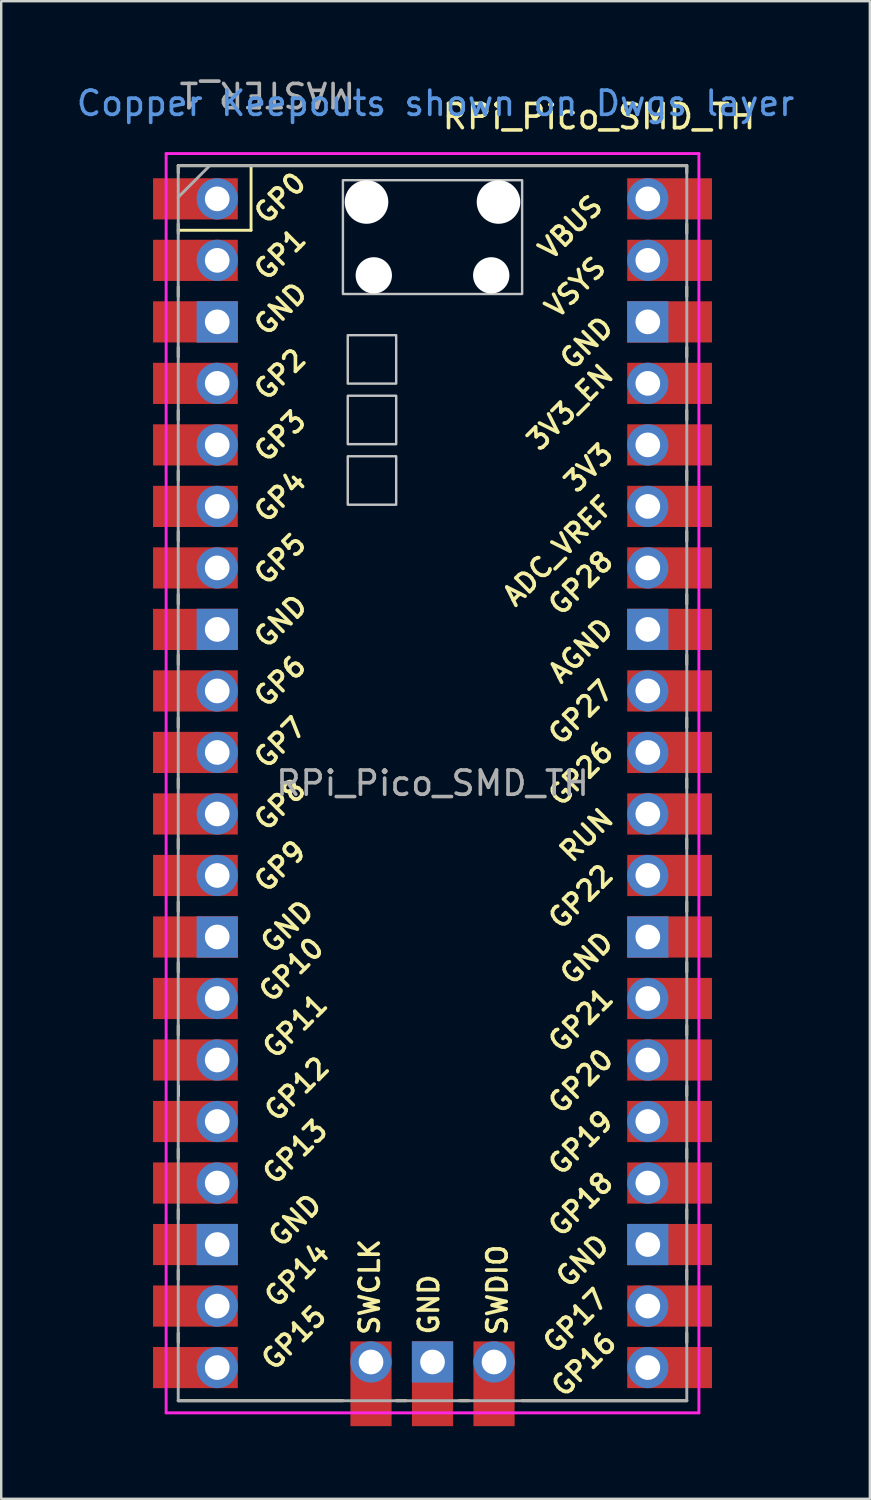
<source format=kicad_pcb>
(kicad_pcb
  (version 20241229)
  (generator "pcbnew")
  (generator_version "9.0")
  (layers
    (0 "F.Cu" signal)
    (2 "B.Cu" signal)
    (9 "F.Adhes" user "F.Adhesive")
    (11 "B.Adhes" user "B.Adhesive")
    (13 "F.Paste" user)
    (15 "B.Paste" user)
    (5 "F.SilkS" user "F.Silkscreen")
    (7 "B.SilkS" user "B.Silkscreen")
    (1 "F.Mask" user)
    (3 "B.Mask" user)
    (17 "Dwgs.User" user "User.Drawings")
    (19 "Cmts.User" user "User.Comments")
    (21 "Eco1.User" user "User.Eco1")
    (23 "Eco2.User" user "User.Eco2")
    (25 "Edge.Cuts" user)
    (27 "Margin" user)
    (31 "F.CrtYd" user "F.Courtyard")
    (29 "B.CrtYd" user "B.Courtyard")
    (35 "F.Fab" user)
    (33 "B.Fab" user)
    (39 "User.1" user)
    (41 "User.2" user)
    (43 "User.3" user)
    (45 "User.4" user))
  (footprint "RPi_Pico_SMD_TH"
    (layer "F.Cu")
    (at 14.835 29.341)
    (property "Reference" "RPi_Pico_SMD_TH" (at 6.85 -27.575 0) (layer "F.SilkS") (effects (font (size 1 1) (thickness 0.15))))
    (fp_line (start -10.525 -25.55) (end -10.525 -25.25) (stroke (width 0.12) (type solid)) (layer "F.SilkS"))
    (fp_line (start -10.525 -25.55) (end 10.475 -25.55) (stroke (width 0.12) (type solid)) (layer "F.SilkS"))
    (fp_line (start -10.525 -23.15) (end -10.525 -22.75) (stroke (width 0.12) (type solid)) (layer "F.SilkS"))
    (fp_line (start -10.525 -22.883) (end -7.518 -22.883) (stroke (width 0.12) (type solid)) (layer "F.SilkS"))
    (fp_line (start -10.525 -20.55) (end -10.525 -20.15) (stroke (width 0.12) (type solid)) (layer "F.SilkS"))
    (fp_line (start -10.525 -18.05) (end -10.525 -17.65) (stroke (width 0.12) (type solid)) (layer "F.SilkS"))
    (fp_line (start -10.525 -15.45) (end -10.525 -15.05) (stroke (width 0.12) (type solid)) (layer "F.SilkS"))
    (fp_line (start -10.525 -12.95) (end -10.525 -12.55) (stroke (width 0.12) (type solid)) (layer "F.SilkS"))
    (fp_line (start -10.525 -10.45) (end -10.525 -10.05) (stroke (width 0.12) (type solid)) (layer "F.SilkS"))
    (fp_line (start -10.525 -7.85) (end -10.525 -7.45) (stroke (width 0.12) (type solid)) (layer "F.SilkS"))
    (fp_line (start -10.525 -5.35) (end -10.525 -4.95) (stroke (width 0.12) (type solid)) (layer "F.SilkS"))
    (fp_line (start -10.525 -2.75) (end -10.525 -2.35) (stroke (width 0.12) (type solid)) (layer "F.SilkS"))
    (fp_line (start -10.525 -0.25) (end -10.525 0.15) (stroke (width 0.12) (type solid)) (layer "F.SilkS"))
    (fp_line (start -10.525 2.25) (end -10.525 2.65) (stroke (width 0.12) (type solid)) (layer "F.SilkS"))
    (fp_line (start -10.525 4.85) (end -10.525 5.25) (stroke (width 0.12) (type solid)) (layer "F.SilkS"))
    (fp_line (start -10.525 7.35) (end -10.525 7.75) (stroke (width 0.12) (type solid)) (layer "F.SilkS"))
    (fp_line (start -10.525 9.95) (end -10.525 10.35) (stroke (width 0.12) (type solid)) (layer "F.SilkS"))
    (fp_line (start -10.525 15.05) (end -10.525 15.45) (stroke (width 0.12) (type solid)) (layer "F.SilkS"))
    (fp_line (start -10.525 17.55) (end -10.525 17.95) (stroke (width 0.12) (type solid)) (layer "F.SilkS"))
    (fp_line (start -10.525 20.05) (end -10.525 20.45) (stroke (width 0.12) (type solid)) (layer "F.SilkS"))
    (fp_line (start -10.525 22.65) (end -10.525 23.05) (stroke (width 0.12) (type solid)) (layer "F.SilkS"))
    (fp_line (start -10.515 12.455) (end -10.515 12.855) (stroke (width 0.12) (type solid)) (layer "F.SilkS"))
    (fp_line (start -7.518 -22.883) (end -7.518 -25.55) (stroke (width 0.12) (type solid)) (layer "F.SilkS"))
    (fp_line (start -3.725 25.45) (end -10.525 25.45) (stroke (width 0.12) (type solid)) (layer "F.SilkS"))
    (fp_line (start -1.525 25.45) (end -1.125 25.45) (stroke (width 0.12) (type solid)) (layer "F.SilkS"))
    (fp_line (start 1.075 25.45) (end 1.475 25.45) (stroke (width 0.12) (type solid)) (layer "F.SilkS"))
    (fp_line (start 10.475 -25.55) (end 10.475 -25.25) (stroke (width 0.12) (type solid)) (layer "F.SilkS"))
    (fp_line (start 10.475 -23.15) (end 10.475 -22.75) (stroke (width 0.12) (type solid)) (layer "F.SilkS"))
    (fp_line (start 10.475 -20.55) (end 10.475 -20.15) (stroke (width 0.12) (type solid)) (layer "F.SilkS"))
    (fp_line (start 10.475 -18.05) (end 10.475 -17.65) (stroke (width 0.12) (type solid)) (layer "F.SilkS"))
    (fp_line (start 10.475 -15.45) (end 10.475 -15.05) (stroke (width 0.12) (type solid)) (layer "F.SilkS"))
    (fp_line (start 10.475 -12.95) (end 10.475 -12.55) (stroke (width 0.12) (type solid)) (layer "F.SilkS"))
    (fp_line (start 10.475 -10.45) (end 10.475 -10.05) (stroke (width 0.12) (type solid)) (layer "F.SilkS"))
    (fp_line (start 10.475 -7.85) (end 10.475 -7.45) (stroke (width 0.12) (type solid)) (layer "F.SilkS"))
    (fp_line (start 10.475 -5.35) (end 10.475 -4.95) (stroke (width 0.12) (type solid)) (layer "F.SilkS"))
    (fp_line (start 10.475 -2.75) (end 10.475 -2.35) (stroke (width 0.12) (type solid)) (layer "F.SilkS"))
    (fp_line (start 10.475 -0.25) (end 10.475 0.15) (stroke (width 0.12) (type solid)) (layer "F.SilkS"))
    (fp_line (start 10.475 2.25) (end 10.475 2.65) (stroke (width 0.12) (type solid)) (layer "F.SilkS"))
    (fp_line (start 10.475 4.85) (end 10.475 5.25) (stroke (width 0.12) (type solid)) (layer "F.SilkS"))
    (fp_line (start 10.475 7.35) (end 10.475 7.75) (stroke (width 0.12) (type solid)) (layer "F.SilkS"))
    (fp_line (start 10.475 9.95) (end 10.475 10.35) (stroke (width 0.12) (type solid)) (layer "F.SilkS"))
    (fp_line (start 10.475 12.45) (end 10.475 12.85) (stroke (width 0.12) (type solid)) (layer "F.SilkS"))
    (fp_line (start 10.475 15.05) (end 10.475 15.45) (stroke (width 0.12) (type solid)) (layer "F.SilkS"))
    (fp_line (start 10.475 17.55) (end 10.475 17.95) (stroke (width 0.12) (type solid)) (layer "F.SilkS"))
    (fp_line (start 10.475 20.05) (end 10.475 20.45) (stroke (width 0.12) (type solid)) (layer "F.SilkS"))
    (fp_line (start 10.475 22.65) (end 10.475 23.05) (stroke (width 0.12) (type solid)) (layer "F.SilkS"))
    (fp_line (start 10.475 25.45) (end 3.675 25.45) (stroke (width 0.12) (type solid)) (layer "F.SilkS"))
    (fp_poly (pts (xy -1.525 -16.55) (xy -3.525 -16.55) (xy -3.525 -18.55) (xy -1.525 -18.55)) (stroke (width 0.1) (type solid)) (fill no) (layer "Dwgs.User"))
    (fp_poly (pts (xy -1.525 -14.05) (xy -3.525 -14.05) (xy -3.525 -16.05) (xy -1.525 -16.05)) (stroke (width 0.1) (type solid)) (fill no) (layer "Dwgs.User"))
    (fp_poly (pts (xy -1.525 -11.55) (xy -3.525 -11.55) (xy -3.525 -13.55) (xy -1.525 -13.55)) (stroke (width 0.1) (type solid)) (fill no) (layer "Dwgs.User"))
    (fp_poly (pts (xy 3.675 -20.25) (xy -3.725 -20.25) (xy -3.725 -24.95) (xy 3.675 -24.95)) (stroke (width 0.1) (type solid)) (fill no) (layer "Dwgs.User"))
    (fp_line (start -11.025 -26.05) (end 10.975 -26.05) (stroke (width 0.12) (type solid)) (layer "F.CrtYd"))
    (fp_line (start -11.025 25.95) (end -11.025 -26.05) (stroke (width 0.12) (type solid)) (layer "F.CrtYd"))
    (fp_line (start 10.975 -26.05) (end 10.975 25.95) (stroke (width 0.12) (type solid)) (layer "F.CrtYd"))
    (fp_line (start 10.975 25.95) (end -11.025 25.95) (stroke (width 0.12) (type solid)) (layer "F.CrtYd"))
    (fp_line (start -10.525 -25.55) (end 10.475 -25.55) (stroke (width 0.12) (type solid)) (layer "F.Fab"))
    (fp_line (start -10.525 -24.25) (end -9.225 -25.55) (stroke (width 0.12) (type solid)) (layer "F.Fab"))
    (fp_line (start -10.525 25.45) (end -10.525 -25.55) (stroke (width 0.12) (type solid)) (layer "F.Fab"))
    (fp_line (start 10.475 -25.55) (end 10.475 25.45) (stroke (width 0.12) (type solid)) (layer "F.Fab"))
    (fp_line (start 10.475 25.45) (end -10.525 25.45) (stroke (width 0.12) (type solid)) (layer "F.Fab"))
    (fp_text user "GP18" (at 6.1 17.335 45) (layer "F.SilkS") (effects (font (size 0.8 0.8) (thickness 0.15))))
    (fp_text user "GP2" (at -6.319 -16.935 45) (layer "F.SilkS") (effects (font (size 0.8 0.8) (thickness 0.15))))
    (fp_text user "GP0" (at -6.319 -24.215 45) (layer "F.SilkS") (effects (font (size 0.8 0.8) (thickness 0.15))))
    (fp_text user "GP19" (at 6.1 14.795 45) (layer "F.SilkS") (effects (font (size 0.8 0.8) (thickness 0.15))))
    (fp_text user "3V3_EN" (at 5.656 -15.57 45) (layer "F.SilkS") (effects (font (size 0.8 0.8) (thickness 0.15))))
    (fp_text user "VBUS" (at 5.675 -23 45) (layer "F.SilkS") (effects (font (size 0.8 0.8) (thickness 0.15))))
    (fp_text user "GND" (at -6.292 -19.635 45) (layer "F.SilkS") (effects (font (size 0.8 0.8) (thickness 0.15))))
    (fp_text user "GP26" (at 6.1 -0.445 45) (layer "F.SilkS") (effects (font (size 0.8 0.8) (thickness 0.15))))
    (fp_text user "GND" (at 6.342 7.175 45) (layer "F.SilkS") (effects (font (size 0.8 0.8) (thickness 0.15))))
    (fp_text user "GP22" (at 6.1 4.635 45) (layer "F.SilkS") (effects (font (size 0.8 0.8) (thickness 0.15))))
    (fp_text user "GP9" (at -6.319 3.38 45) (layer "F.SilkS") (effects (font (size 0.8 0.8) (thickness 0.15))))
    (fp_text user "GND" (at -5.7 18 45) (layer "F.SilkS") (effects (font (size 0.8 0.8) (thickness 0.15))))
    (fp_text user "SWCLK" (at -2.625 20.75 90) (layer "F.SilkS") (effects (font (size 0.8 0.8) (thickness 0.15))))
    (fp_text user "GP3" (at -6.319 -14.385 45) (layer "F.SilkS") (effects (font (size 0.8 0.8) (thickness 0.15))))
    (fp_text user "ADC_VREF" (at 5.157 -9.645 45) (layer "F.SilkS") (effects (font (size 0.8 0.8) (thickness 0.15))))
    (fp_text user "GND" (at -6.292 -6.735 45) (layer "F.SilkS") (effects (font (size 0.8 0.8) (thickness 0.15))))
    (fp_text user "VSYS" (at 5.875 -20.525 45) (layer "F.SilkS") (effects (font (size 0.8 0.8) (thickness 0.15))))
    (fp_text user "GP12" (at -5.625 12.575 45) (layer "F.SilkS") (effects (font (size 0.8 0.8) (thickness 0.15))))
    (fp_text user "AGND" (at 6.1 -5.525 45) (layer "F.SilkS") (effects (font (size 0.8 0.8) (thickness 0.15))))
    (fp_text user "GND" (at -6.025 5.875 45) (layer "F.SilkS") (effects (font (size 0.8 0.8) (thickness 0.15))))
    (fp_text user "SWDIO" (at 2.65 20.875 90) (layer "F.SilkS") (effects (font (size 0.8 0.8) (thickness 0.15))))
    (fp_text user "GP7" (at -6.319 -1.73 45) (layer "F.SilkS") (effects (font (size 0.8 0.8) (thickness 0.15))))
    (fp_text user "3V3" (at 6.423 -13.075 45) (layer "F.SilkS") (effects (font (size 0.8 0.8) (thickness 0.15))))
    (fp_text user "GND" (at 6.175 19.675 45) (layer "F.SilkS") (effects (font (size 0.8 0.8) (thickness 0.15))))
    (fp_text user "GP6" (at -6.319 -4.26 45) (layer "F.SilkS") (effects (font (size 0.8 0.8) (thickness 0.15))))
    (fp_text user "GP14" (at -5.625 20.25 45) (layer "F.SilkS") (effects (font (size 0.8 0.8) (thickness 0.15))))
    (fp_text user "GP21" (at 6.1 9.725 45) (layer "F.SilkS") (effects (font (size 0.8 0.8) (thickness 0.15))))
    (fp_text user "GP15" (at -5.75 22.85 45) (layer "F.SilkS") (effects (font (size 0.8 0.8) (thickness 0.15))))
    (fp_text user "GP1" (at -6.319 -21.885 45) (layer "F.SilkS") (effects (font (size 0.8 0.8) (thickness 0.15))))
    (fp_text user "GP11" (at -5.7 9.975 45) (layer "F.SilkS") (effects (font (size 0.8 0.8) (thickness 0.15))))
    (fp_text user "GP8" (at -6.319 0.84 45) (layer "F.SilkS") (effects (font (size 0.8 0.8) (thickness 0.15))))
    (fp_text user "GP10" (at -5.85 7.65 45) (layer "F.SilkS") (effects (font (size 0.8 0.8) (thickness 0.15))))
    (fp_text user "GND" (at 6.342 -18.225 45) (layer "F.SilkS") (effects (font (size 0.8 0.8) (thickness 0.15))))
    (fp_text user "GND" (at -0.175 21.475 90) (layer "F.SilkS") (effects (font (size 0.8 0.8) (thickness 0.15))))
    (fp_text user "GP28" (at 6.1 -8.319 45) (layer "F.SilkS") (effects (font (size 0.8 0.8) (thickness 0.15))))
    (fp_text user "GP27" (at 6.1 -2.975 45) (layer "F.SilkS") (effects (font (size 0.8 0.8) (thickness 0.15))))
    (fp_text user "GP17" (at 5.875 22.15 45) (layer "F.SilkS") (effects (font (size 0.8 0.8) (thickness 0.15))))
    (fp_text user "RUN" (at 6.329 2.095 45) (layer "F.SilkS") (effects (font (size 0.8 0.8) (thickness 0.15))))
    (fp_text user "GP20" (at 6.1 12.255 45) (layer "F.SilkS") (effects (font (size 0.8 0.8) (thickness 0.15))))
    (fp_text user "GP16" (at 6.225 23.95 45) (layer "F.SilkS") (effects (font (size 0.8 0.8) (thickness 0.15))))
    (fp_text user "GP13" (at -5.7 15.175 45) (layer "F.SilkS") (effects (font (size 0.8 0.8) (thickness 0.15))))
    (fp_text user "GP5" (at -6.319 -9.31 45) (layer "F.SilkS") (effects (font (size 0.8 0.8) (thickness 0.15))))
    (fp_text user "GP4" (at -6.319 -11.885 45) (layer "F.SilkS") (effects (font (size 0.8 0.8) (thickness 0.15))))
    (fp_text user "Copper Keepouts shown on Dwgs layer" (at 0.1 -28.125 0) (layer "Cmts.User") (effects (font (size 1 1) (thickness 0.15))))
    (fp_text user "MASTER_1" (at -6.893 -28.492 180) (unlocked yes) (layer "F.Fab") (effects (font (size 1 1) (thickness 0.15))))
    (fp_text user "${REFERENCE}" (at -0.025 -0.05 180) (layer "F.Fab") (effects (font (size 1 1) (thickness 0.15))))
    (pad "" np_thru_hole oval (at -2.75 -24.05) (size 1.8 1.8) (drill 1.8) (layers "*.Cu" "*.Mask"))
    (pad "" np_thru_hole oval (at -2.45 -21.02) (size 1.5 1.5) (drill 1.5) (layers "*.Cu" "*.Mask"))
    (pad "" np_thru_hole oval (at 2.4 -21.02) (size 1.5 1.5) (drill 1.5) (layers "*.Cu" "*.Mask"))
    (pad "" np_thru_hole oval (at 2.7 -24.05) (size 1.8 1.8) (drill 1.8) (layers "*.Cu" "*.Mask"))
    (pad "1" thru_hole oval (at -8.915 -24.18) (size 1.7 1.7) (drill 1.02) (layers "*.Cu" "*.Mask"))
    (pad "1" smd rect (at -8.915 -24.18) (size 3.5 1.7) (drill (offset -0.9 0)) (layers "F.Cu" "F.Mask"))
    (pad "2" thru_hole oval (at -8.915 -21.64) (size 1.7 1.7) (drill 1.02) (layers "*.Cu" "*.Mask"))
    (pad "2" smd rect (at -8.915 -21.64) (size 3.5 1.7) (drill (offset -0.9 0)) (layers "F.Cu" "F.Mask"))
    (pad "3" thru_hole rect (at -8.915 -19.1) (size 1.7 1.7) (drill 1.02) (layers "*.Cu" "*.Mask"))
    (pad "3" smd rect (at -8.915 -19.1) (size 3.5 1.7) (drill (offset -0.9 0)) (layers "F.Cu" "F.Mask"))
    (pad "4" thru_hole oval (at -8.915 -16.56) (size 1.7 1.7) (drill 1.02) (layers "*.Cu" "*.Mask"))
    (pad "4" smd rect (at -8.915 -16.56) (size 3.5 1.7) (drill (offset -0.9 0)) (layers "F.Cu" "F.Mask"))
    (pad "5" thru_hole oval (at -8.915 -14.02) (size 1.7 1.7) (drill 1.02) (layers "*.Cu" "*.Mask"))
    (pad "5" smd rect (at -8.915 -14.02) (size 3.5 1.7) (drill (offset -0.9 0)) (layers "F.Cu" "F.Mask"))
    (pad "6" thru_hole oval (at -8.915 -11.48) (size 1.7 1.7) (drill 1.02) (layers "*.Cu" "*.Mask"))
    (pad "6" smd rect (at -8.915 -11.48) (size 3.5 1.7) (drill (offset -0.9 0)) (layers "F.Cu" "F.Mask"))
    (pad "7" thru_hole oval (at -8.915 -8.94) (size 1.7 1.7) (drill 1.02) (layers "*.Cu" "*.Mask"))
    (pad "7" smd rect (at -8.915 -8.94) (size 3.5 1.7) (drill (offset -0.9 0)) (layers "F.Cu" "F.Mask"))
    (pad "8" thru_hole rect (at -8.915 -6.4) (size 1.7 1.7) (drill 1.02) (layers "*.Cu" "*.Mask"))
    (pad "8" smd rect (at -8.915 -6.4) (size 3.5 1.7) (drill (offset -0.9 0)) (layers "F.Cu" "F.Mask"))
    (pad "9" thru_hole oval (at -8.915 -3.86) (size 1.7 1.7) (drill 1.02) (layers "*.Cu" "*.Mask"))
    (pad "9" smd rect (at -8.915 -3.86) (size 3.5 1.7) (drill (offset -0.9 0)) (layers "F.Cu" "F.Mask"))
    (pad "10" thru_hole oval (at -8.915 -1.32) (size 1.7 1.7) (drill 1.02) (layers "*.Cu" "*.Mask"))
    (pad "10" smd rect (at -8.915 -1.32) (size 3.5 1.7) (drill (offset -0.9 0)) (layers "F.Cu" "F.Mask"))
    (pad "11" thru_hole oval (at -8.915 1.22) (size 1.7 1.7) (drill 1.02) (layers "*.Cu" "*.Mask"))
    (pad "11" smd rect (at -8.915 1.22) (size 3.5 1.7) (drill (offset -0.9 0)) (layers "F.Cu" "F.Mask"))
    (pad "12" thru_hole oval (at -8.915 3.76) (size 1.7 1.7) (drill 1.02) (layers "*.Cu" "*.Mask"))
    (pad "12" smd rect (at -8.915 3.76) (size 3.5 1.7) (drill (offset -0.9 0)) (layers "F.Cu" "F.Mask"))
    (pad "13" thru_hole rect (at -8.915 6.3) (size 1.7 1.7) (drill 1.02) (layers "*.Cu" "*.Mask"))
    (pad "13" smd rect (at -8.915 6.3) (size 3.5 1.7) (drill (offset -0.9 0)) (layers "F.Cu" "F.Mask"))
    (pad "14" thru_hole oval (at -8.915 8.84) (size 1.7 1.7) (drill 1.02) (layers "*.Cu" "*.Mask"))
    (pad "14" smd rect (at -8.915 8.84) (size 3.5 1.7) (drill (offset -0.9 0)) (layers "F.Cu" "F.Mask"))
    (pad "15" thru_hole oval (at -8.915 11.38) (size 1.7 1.7) (drill 1.02) (layers "*.Cu" "*.Mask"))
    (pad "15" smd rect (at -8.915 11.38) (size 3.5 1.7) (drill (offset -0.9 0)) (layers "F.Cu" "F.Mask"))
    (pad "16" thru_hole oval (at -8.915 13.92) (size 1.7 1.7) (drill 1.02) (layers "*.Cu" "*.Mask"))
    (pad "16" smd rect (at -8.915 13.92) (size 3.5 1.7) (drill (offset -0.9 0)) (layers "F.Cu" "F.Mask"))
    (pad "17" thru_hole oval (at -8.915 16.46) (size 1.7 1.7) (drill 1.02) (layers "*.Cu" "*.Mask"))
    (pad "17" smd rect (at -8.915 16.46) (size 3.5 1.7) (drill (offset -0.9 0)) (layers "F.Cu" "F.Mask"))
    (pad "18" thru_hole rect (at -8.915 19) (size 1.7 1.7) (drill 1.02) (layers "*.Cu" "*.Mask"))
    (pad "18" smd rect (at -8.915 19) (size 3.5 1.7) (drill (offset -0.9 0)) (layers "F.Cu" "F.Mask"))
    (pad "19" thru_hole oval (at -8.915 21.54) (size 1.7 1.7) (drill 1.02) (layers "*.Cu" "*.Mask"))
    (pad "19" smd rect (at -8.915 21.54) (size 3.5 1.7) (drill (offset -0.9 0)) (layers "F.Cu" "F.Mask"))
    (pad "20" thru_hole oval (at -8.915 24.08) (size 1.7 1.7) (drill 1.02) (layers "*.Cu" "*.Mask"))
    (pad "20" smd rect (at -8.915 24.08) (size 3.5 1.7) (drill (offset -0.9 0)) (layers "F.Cu" "F.Mask"))
    (pad "21" thru_hole oval (at 8.865 24.08) (size 1.7 1.7) (drill 1.02) (layers "*.Cu" "*.Mask"))
    (pad "21" smd rect (at 8.865 24.08) (size 3.5 1.7) (drill (offset 0.9 0)) (layers "F.Cu" "F.Mask"))
    (pad "22" thru_hole oval (at 8.865 21.54) (size 1.7 1.7) (drill 1.02) (layers "*.Cu" "*.Mask"))
    (pad "22" smd rect (at 8.865 21.54) (size 3.5 1.7) (drill (offset 0.9 0)) (layers "F.Cu" "F.Mask"))
    (pad "23" thru_hole rect (at 8.865 19) (size 1.7 1.7) (drill 1.02) (layers "*.Cu" "*.Mask"))
    (pad "23" smd rect (at 8.865 19) (size 3.5 1.7) (drill (offset 0.9 0)) (layers "F.Cu" "F.Mask"))
    (pad "24" thru_hole oval (at 8.865 16.46) (size 1.7 1.7) (drill 1.02) (layers "*.Cu" "*.Mask"))
    (pad "24" smd rect (at 8.865 16.46) (size 3.5 1.7) (drill (offset 0.9 0)) (layers "F.Cu" "F.Mask"))
    (pad "25" thru_hole oval (at 8.865 13.92) (size 1.7 1.7) (drill 1.02) (layers "*.Cu" "*.Mask"))
    (pad "25" smd rect (at 8.865 13.92) (size 3.5 1.7) (drill (offset 0.9 0)) (layers "F.Cu" "F.Mask"))
    (pad "26" thru_hole oval (at 8.865 11.38) (size 1.7 1.7) (drill 1.02) (layers "*.Cu" "*.Mask"))
    (pad "26" smd rect (at 8.865 11.38) (size 3.5 1.7) (drill (offset 0.9 0)) (layers "F.Cu" "F.Mask"))
    (pad "27" thru_hole oval (at 8.865 8.84) (size 1.7 1.7) (drill 1.02) (layers "*.Cu" "*.Mask"))
    (pad "27" smd rect (at 8.865 8.84) (size 3.5 1.7) (drill (offset 0.9 0)) (layers "F.Cu" "F.Mask"))
    (pad "28" thru_hole rect (at 8.865 6.3) (size 1.7 1.7) (drill 1.02) (layers "*.Cu" "*.Mask"))
    (pad "28" smd rect (at 8.865 6.3) (size 3.5 1.7) (drill (offset 0.9 0)) (layers "F.Cu" "F.Mask"))
    (pad "29" thru_hole oval (at 8.865 3.76) (size 1.7 1.7) (drill 1.02) (layers "*.Cu" "*.Mask"))
    (pad "29" smd rect (at 8.865 3.76) (size 3.5 1.7) (drill (offset 0.9 0)) (layers "F.Cu" "F.Mask"))
    (pad "30" thru_hole oval (at 8.865 1.22) (size 1.7 1.7) (drill 1.02) (layers "*.Cu" "*.Mask"))
    (pad "30" smd rect (at 8.865 1.22) (size 3.5 1.7) (drill (offset 0.9 0)) (layers "F.Cu" "F.Mask"))
    (pad "31" thru_hole oval (at 8.865 -1.32) (size 1.7 1.7) (drill 1.02) (layers "*.Cu" "*.Mask"))
    (pad "31" smd rect (at 8.865 -1.32) (size 3.5 1.7) (drill (offset 0.9 0)) (layers "F.Cu" "F.Mask"))
    (pad "32" thru_hole oval (at 8.865 -3.86) (size 1.7 1.7) (drill 1.02) (layers "*.Cu" "*.Mask"))
    (pad "32" smd rect (at 8.865 -3.86) (size 3.5 1.7) (drill (offset 0.9 0)) (layers "F.Cu" "F.Mask"))
    (pad "33" thru_hole rect (at 8.865 -6.4) (size 1.7 1.7) (drill 1.02) (layers "*.Cu" "*.Mask"))
    (pad "33" smd rect (at 8.865 -6.4) (size 3.5 1.7) (drill (offset 0.9 0)) (layers "F.Cu" "F.Mask"))
    (pad "34" thru_hole oval (at 8.865 -8.94) (size 1.7 1.7) (drill 1.02) (layers "*.Cu" "*.Mask"))
    (pad "34" smd rect (at 8.865 -8.94) (size 3.5 1.7) (drill (offset 0.9 0)) (layers "F.Cu" "F.Mask"))
    (pad "35" thru_hole oval (at 8.865 -11.48) (size 1.7 1.7) (drill 1.02) (layers "*.Cu" "*.Mask"))
    (pad "35" smd rect (at 8.865 -11.48) (size 3.5 1.7) (drill (offset 0.9 0)) (layers "F.Cu" "F.Mask"))
    (pad "36" thru_hole oval (at 8.865 -14.02) (size 1.7 1.7) (drill 1.02) (layers "*.Cu" "*.Mask"))
    (pad "36" smd rect (at 8.865 -14.02) (size 3.5 1.7) (drill (offset 0.9 0)) (layers "F.Cu" "F.Mask"))
    (pad "37" thru_hole oval (at 8.865 -16.56) (size 1.7 1.7) (drill 1.02) (layers "*.Cu" "*.Mask"))
    (pad "37" smd rect (at 8.865 -16.56) (size 3.5 1.7) (drill (offset 0.9 0)) (layers "F.Cu" "F.Mask"))
    (pad "38" thru_hole rect (at 8.865 -19.1) (size 1.7 1.7) (drill 1.02) (layers "*.Cu" "*.Mask"))
    (pad "38" smd rect (at 8.865 -19.1) (size 3.5 1.7) (drill (offset 0.9 0)) (layers "F.Cu" "F.Mask"))
    (pad "39" thru_hole oval (at 8.865 -21.64) (size 1.7 1.7) (drill 1.02) (layers "*.Cu" "*.Mask"))
    (pad "39" smd rect (at 8.865 -21.64) (size 3.5 1.7) (drill (offset 0.9 0)) (layers "F.Cu" "F.Mask"))
    (pad "40" thru_hole oval (at 8.865 -24.18) (size 1.7 1.7) (drill 1.02) (layers "*.Cu" "*.Mask"))
    (pad "40" smd rect (at 8.865 -24.18) (size 3.5 1.7) (drill (offset 0.9 0)) (layers "F.Cu" "F.Mask"))
    (pad "41" thru_hole oval (at -2.565 23.85) (size 1.7 1.7) (drill 1.02) (layers "*.Cu" "*.Mask"))
    (pad "41" smd rect (at -2.565 23.85 90) (size 3.5 1.7) (drill (offset -0.9 0)) (layers "F.Cu" "F.Mask"))
    (pad "42" thru_hole rect (at -0.025 23.85) (size 1.7 1.7) (drill 1.02) (layers "*.Cu" "*.Mask"))
    (pad "42" smd rect (at -0.025 23.85 90) (size 3.5 1.7) (drill (offset -0.9 0)) (layers "F.Cu" "F.Mask"))
    (pad "43" thru_hole oval (at 2.515 23.85) (size 1.7 1.7) (drill 1.02) (layers "*.Cu" "*.Mask"))
    (pad "43" smd rect (at 2.515 23.85 90) (size 3.5 1.7) (drill (offset -0.9 0)) (layers "F.Cu" "F.Mask")))
  (gr_rect
    (start -3 -3)
    (end 32.869 58.841)
    (stroke (width 0.1) (type default))
    (fill no)
    (layer "Edge.Cuts")))
</source>
